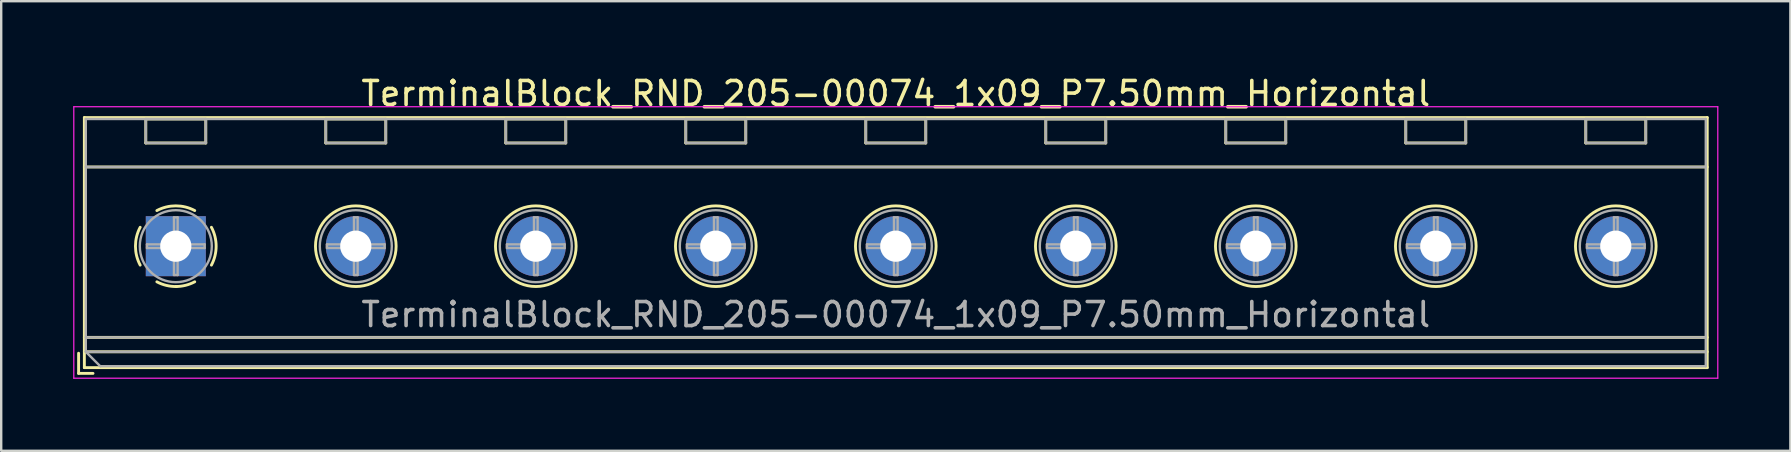
<source format=kicad_pcb>
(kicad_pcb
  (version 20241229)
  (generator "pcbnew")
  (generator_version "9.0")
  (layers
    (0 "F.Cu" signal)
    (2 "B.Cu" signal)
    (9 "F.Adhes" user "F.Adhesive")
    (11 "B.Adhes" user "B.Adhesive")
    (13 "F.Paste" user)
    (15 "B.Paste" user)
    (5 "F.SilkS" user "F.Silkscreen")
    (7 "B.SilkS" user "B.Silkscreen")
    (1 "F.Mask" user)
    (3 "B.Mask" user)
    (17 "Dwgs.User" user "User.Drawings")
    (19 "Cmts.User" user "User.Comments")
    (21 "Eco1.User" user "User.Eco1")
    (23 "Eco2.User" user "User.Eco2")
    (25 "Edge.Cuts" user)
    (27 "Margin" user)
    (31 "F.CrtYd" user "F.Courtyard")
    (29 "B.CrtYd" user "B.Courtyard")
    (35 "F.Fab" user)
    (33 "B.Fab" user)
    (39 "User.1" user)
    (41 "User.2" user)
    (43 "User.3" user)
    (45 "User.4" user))
  (footprint "TerminalBlock_RND_205-00074_1x09_P7.50mm_Horizontal"
    (layer "F.Cu")
    (at 4.275 7.208)
    (property "Reference" "TerminalBlock_RND_205-00074_1x09_P7.50mm_Horizontal" (at 30 -6.36 0) (layer "F.SilkS") (effects (font (size 1 1) (thickness 0.15))))
    (attr through_hole)
    (fp_line (start -4.05 4.46) (end -4.05 5.3) (stroke (width 0.12) (type solid)) (layer "F.SilkS"))
    (fp_line (start -4.05 5.3) (end -3.45 5.3) (stroke (width 0.12) (type solid)) (layer "F.SilkS"))
    (fp_line (start -3.81 -5.36) (end -3.81 5.06) (stroke (width 0.12) (type solid)) (layer "F.SilkS"))
    (fp_line (start -3.81 -5.36) (end 63.81 -5.36) (stroke (width 0.12) (type solid)) (layer "F.SilkS"))
    (fp_line (start -3.81 -3.301) (end 63.81 -3.301) (stroke (width 0.12) (type solid)) (layer "F.SilkS"))
    (fp_line (start -3.81 3.8) (end 63.81 3.8) (stroke (width 0.12) (type solid)) (layer "F.SilkS"))
    (fp_line (start -3.81 4.4) (end 63.81 4.4) (stroke (width 0.12) (type solid)) (layer "F.SilkS"))
    (fp_line (start -3.81 5.06) (end 63.81 5.06) (stroke (width 0.12) (type solid)) (layer "F.SilkS"))
    (fp_line (start -1.25 -5.301) (end -1.25 -4.301) (stroke (width 0.12) (type solid)) (layer "F.SilkS"))
    (fp_line (start -1.25 -5.301) (end 1.25 -5.301) (stroke (width 0.12) (type solid)) (layer "F.SilkS"))
    (fp_line (start -1.25 -4.301) (end 1.25 -4.301) (stroke (width 0.12) (type solid)) (layer "F.SilkS"))
    (fp_line (start 1.25 -5.301) (end 1.25 -4.301) (stroke (width 0.12) (type solid)) (layer "F.SilkS"))
    (fp_line (start 6.25 -5.301) (end 6.25 -4.301) (stroke (width 0.12) (type solid)) (layer "F.SilkS"))
    (fp_line (start 6.25 -5.301) (end 8.75 -5.301) (stroke (width 0.12) (type solid)) (layer "F.SilkS"))
    (fp_line (start 6.25 -4.301) (end 8.75 -4.301) (stroke (width 0.12) (type solid)) (layer "F.SilkS"))
    (fp_line (start 8.75 -5.301) (end 8.75 -4.301) (stroke (width 0.12) (type solid)) (layer "F.SilkS"))
    (fp_line (start 13.75 -5.301) (end 13.75 -4.301) (stroke (width 0.12) (type solid)) (layer "F.SilkS"))
    (fp_line (start 13.75 -5.301) (end 16.25 -5.301) (stroke (width 0.12) (type solid)) (layer "F.SilkS"))
    (fp_line (start 13.75 -4.301) (end 16.25 -4.301) (stroke (width 0.12) (type solid)) (layer "F.SilkS"))
    (fp_line (start 16.25 -5.301) (end 16.25 -4.301) (stroke (width 0.12) (type solid)) (layer "F.SilkS"))
    (fp_line (start 21.25 -5.301) (end 21.25 -4.301) (stroke (width 0.12) (type solid)) (layer "F.SilkS"))
    (fp_line (start 21.25 -5.301) (end 23.75 -5.301) (stroke (width 0.12) (type solid)) (layer "F.SilkS"))
    (fp_line (start 21.25 -4.301) (end 23.75 -4.301) (stroke (width 0.12) (type solid)) (layer "F.SilkS"))
    (fp_line (start 23.75 -5.301) (end 23.75 -4.301) (stroke (width 0.12) (type solid)) (layer "F.SilkS"))
    (fp_line (start 28.75 -5.301) (end 28.75 -4.301) (stroke (width 0.12) (type solid)) (layer "F.SilkS"))
    (fp_line (start 28.75 -5.301) (end 31.25 -5.301) (stroke (width 0.12) (type solid)) (layer "F.SilkS"))
    (fp_line (start 28.75 -4.301) (end 31.25 -4.301) (stroke (width 0.12) (type solid)) (layer "F.SilkS"))
    (fp_line (start 31.25 -5.301) (end 31.25 -4.301) (stroke (width 0.12) (type solid)) (layer "F.SilkS"))
    (fp_line (start 36.25 -5.301) (end 36.25 -4.301) (stroke (width 0.12) (type solid)) (layer "F.SilkS"))
    (fp_line (start 36.25 -5.301) (end 38.75 -5.301) (stroke (width 0.12) (type solid)) (layer "F.SilkS"))
    (fp_line (start 36.25 -4.301) (end 38.75 -4.301) (stroke (width 0.12) (type solid)) (layer "F.SilkS"))
    (fp_line (start 38.75 -5.301) (end 38.75 -4.301) (stroke (width 0.12) (type solid)) (layer "F.SilkS"))
    (fp_line (start 43.75 -5.301) (end 43.75 -4.301) (stroke (width 0.12) (type solid)) (layer "F.SilkS"))
    (fp_line (start 43.75 -5.301) (end 46.25 -5.301) (stroke (width 0.12) (type solid)) (layer "F.SilkS"))
    (fp_line (start 43.75 -4.301) (end 46.25 -4.301) (stroke (width 0.12) (type solid)) (layer "F.SilkS"))
    (fp_line (start 46.25 -5.301) (end 46.25 -4.301) (stroke (width 0.12) (type solid)) (layer "F.SilkS"))
    (fp_line (start 51.25 -5.301) (end 51.25 -4.301) (stroke (width 0.12) (type solid)) (layer "F.SilkS"))
    (fp_line (start 51.25 -5.301) (end 53.75 -5.301) (stroke (width 0.12) (type solid)) (layer "F.SilkS"))
    (fp_line (start 51.25 -4.301) (end 53.75 -4.301) (stroke (width 0.12) (type solid)) (layer "F.SilkS"))
    (fp_line (start 53.75 -5.301) (end 53.75 -4.301) (stroke (width 0.12) (type solid)) (layer "F.SilkS"))
    (fp_line (start 58.75 -5.301) (end 58.75 -4.301) (stroke (width 0.12) (type solid)) (layer "F.SilkS"))
    (fp_line (start 58.75 -5.301) (end 61.25 -5.301) (stroke (width 0.12) (type solid)) (layer "F.SilkS"))
    (fp_line (start 58.75 -4.301) (end 61.25 -4.301) (stroke (width 0.12) (type solid)) (layer "F.SilkS"))
    (fp_line (start 61.25 -5.301) (end 61.25 -4.301) (stroke (width 0.12) (type solid)) (layer "F.SilkS"))
    (fp_line (start 63.81 -5.36) (end 63.81 5.06) (stroke (width 0.12) (type solid)) (layer "F.SilkS"))
    (fp_arc (start -1.483953 0.789089) (mid -1.680708 0.00005) (end -1.484 -0.789) (stroke (width 0.12) (type solid)) (layer "F.SilkS"))
    (fp_arc (start -0.789089 -1.483953) (mid -0.00005 -1.680708) (end 0.789 -1.484) (stroke (width 0.12) (type solid)) (layer "F.SilkS"))
    (fp_arc (start 0.029383 1.68045) (mid -0.392304 1.634281) (end -0.789 1.484) (stroke (width 0.12) (type solid)) (layer "F.SilkS"))
    (fp_arc (start 0.788712 1.483352) (mid 0.406429 1.630097) (end 0 1.68) (stroke (width 0.12) (type solid)) (layer "F.SilkS"))
    (fp_arc (start 1.483953 -0.789089) (mid 1.680708 -0.00005) (end 1.484 0.789) (stroke (width 0.12) (type solid)) (layer "F.SilkS"))
    (fp_circle (center 7.5 0) (end 9.18 0) (stroke (width 0.12) (type solid)) (fill no) (layer "F.SilkS"))
    (fp_circle (center 15 0) (end 16.68 0) (stroke (width 0.12) (type solid)) (fill no) (layer "F.SilkS"))
    (fp_circle (center 22.5 0) (end 24.18 0) (stroke (width 0.12) (type solid)) (fill no) (layer "F.SilkS"))
    (fp_circle (center 30 0) (end 31.68 0) (stroke (width 0.12) (type solid)) (fill no) (layer "F.SilkS"))
    (fp_circle (center 37.5 0) (end 39.18 0) (stroke (width 0.12) (type solid)) (fill no) (layer "F.SilkS"))
    (fp_circle (center 45 0) (end 46.68 0) (stroke (width 0.12) (type solid)) (fill no) (layer "F.SilkS"))
    (fp_circle (center 52.5 0) (end 54.18 0) (stroke (width 0.12) (type solid)) (fill no) (layer "F.SilkS"))
    (fp_circle (center 60 0) (end 61.68 0) (stroke (width 0.12) (type solid)) (fill no) (layer "F.SilkS"))
    (fp_line (start -4.25 -5.81) (end -4.25 5.5) (stroke (width 0.05) (type solid)) (layer "F.CrtYd"))
    (fp_line (start -4.25 5.5) (end 64.25 5.5) (stroke (width 0.05) (type solid)) (layer "F.CrtYd"))
    (fp_line (start 64.25 -5.81) (end -4.25 -5.81) (stroke (width 0.05) (type solid)) (layer "F.CrtYd"))
    (fp_line (start 64.25 5.5) (end 64.25 -5.81) (stroke (width 0.05) (type solid)) (layer "F.CrtYd"))
    (fp_line (start -3.75 -5.3) (end 63.75 -5.3) (stroke (width 0.1) (type solid)) (layer "F.Fab"))
    (fp_line (start -3.75 -3.3) (end 63.75 -3.3) (stroke (width 0.1) (type solid)) (layer "F.Fab"))
    (fp_line (start -3.75 3.8) (end 63.75 3.8) (stroke (width 0.1) (type solid)) (layer "F.Fab"))
    (fp_line (start -3.75 4.4) (end -3.75 -5.3) (stroke (width 0.1) (type solid)) (layer "F.Fab"))
    (fp_line (start -3.75 4.4) (end 63.75 4.4) (stroke (width 0.1) (type solid)) (layer "F.Fab"))
    (fp_line (start -3.15 5) (end -3.75 4.4) (stroke (width 0.1) (type solid)) (layer "F.Fab"))
    (fp_line (start -1.25 -5.3) (end -1.25 -4.3) (stroke (width 0.1) (type solid)) (layer "F.Fab"))
    (fp_line (start -1.25 -4.3) (end 1.25 -4.3) (stroke (width 0.1) (type solid)) (layer "F.Fab"))
    (fp_line (start -1.201 -0.076) (end -0.076 -0.076) (stroke (width 0.1) (type solid)) (layer "F.Fab"))
    (fp_line (start -1.201 0.076) (end -1.201 -0.076) (stroke (width 0.1) (type solid)) (layer "F.Fab"))
    (fp_line (start -0.076 -1.201) (end 0.076 -1.201) (stroke (width 0.1) (type solid)) (layer "F.Fab"))
    (fp_line (start -0.076 -0.076) (end -0.076 -1.201) (stroke (width 0.1) (type solid)) (layer "F.Fab"))
    (fp_line (start -0.076 0.076) (end -1.201 0.076) (stroke (width 0.1) (type solid)) (layer "F.Fab"))
    (fp_line (start -0.076 1.201) (end -0.076 0.076) (stroke (width 0.1) (type solid)) (layer "F.Fab"))
    (fp_line (start 0.076 -1.201) (end 0.076 -0.076) (stroke (width 0.1) (type solid)) (layer "F.Fab"))
    (fp_line (start 0.076 -0.076) (end 1.201 -0.076) (stroke (width 0.1) (type solid)) (layer "F.Fab"))
    (fp_line (start 0.076 0.076) (end 0.076 1.201) (stroke (width 0.1) (type solid)) (layer "F.Fab"))
    (fp_line (start 0.076 1.201) (end -0.076 1.201) (stroke (width 0.1) (type solid)) (layer "F.Fab"))
    (fp_line (start 1.201 -0.076) (end 1.201 0.076) (stroke (width 0.1) (type solid)) (layer "F.Fab"))
    (fp_line (start 1.201 0.076) (end 0.076 0.076) (stroke (width 0.1) (type solid)) (layer "F.Fab"))
    (fp_line (start 1.25 -5.3) (end -1.25 -5.3) (stroke (width 0.1) (type solid)) (layer "F.Fab"))
    (fp_line (start 1.25 -4.3) (end 1.25 -5.3) (stroke (width 0.1) (type solid)) (layer "F.Fab"))
    (fp_line (start 6.25 -5.3) (end 6.25 -4.3) (stroke (width 0.1) (type solid)) (layer "F.Fab"))
    (fp_line (start 6.25 -4.3) (end 8.75 -4.3) (stroke (width 0.1) (type solid)) (layer "F.Fab"))
    (fp_line (start 6.299 -0.076) (end 7.424 -0.076) (stroke (width 0.1) (type solid)) (layer "F.Fab"))
    (fp_line (start 6.299 0.076) (end 6.299 -0.076) (stroke (width 0.1) (type solid)) (layer "F.Fab"))
    (fp_line (start 7.424 -1.201) (end 7.576 -1.201) (stroke (width 0.1) (type solid)) (layer "F.Fab"))
    (fp_line (start 7.424 -0.076) (end 7.424 -1.201) (stroke (width 0.1) (type solid)) (layer "F.Fab"))
    (fp_line (start 7.424 0.076) (end 6.299 0.076) (stroke (width 0.1) (type solid)) (layer "F.Fab"))
    (fp_line (start 7.424 1.201) (end 7.424 0.076) (stroke (width 0.1) (type solid)) (layer "F.Fab"))
    (fp_line (start 7.576 -1.201) (end 7.576 -0.076) (stroke (width 0.1) (type solid)) (layer "F.Fab"))
    (fp_line (start 7.576 -0.076) (end 8.701 -0.076) (stroke (width 0.1) (type solid)) (layer "F.Fab"))
    (fp_line (start 7.576 0.076) (end 7.576 1.201) (stroke (width 0.1) (type solid)) (layer "F.Fab"))
    (fp_line (start 7.576 1.201) (end 7.424 1.201) (stroke (width 0.1) (type solid)) (layer "F.Fab"))
    (fp_line (start 8.701 -0.076) (end 8.701 0.076) (stroke (width 0.1) (type solid)) (layer "F.Fab"))
    (fp_line (start 8.701 0.076) (end 7.576 0.076) (stroke (width 0.1) (type solid)) (layer "F.Fab"))
    (fp_line (start 8.75 -5.3) (end 6.25 -5.3) (stroke (width 0.1) (type solid)) (layer "F.Fab"))
    (fp_line (start 8.75 -4.3) (end 8.75 -5.3) (stroke (width 0.1) (type solid)) (layer "F.Fab"))
    (fp_line (start 13.75 -5.3) (end 13.75 -4.3) (stroke (width 0.1) (type solid)) (layer "F.Fab"))
    (fp_line (start 13.75 -4.3) (end 16.25 -4.3) (stroke (width 0.1) (type solid)) (layer "F.Fab"))
    (fp_line (start 13.799 -0.076) (end 14.924 -0.076) (stroke (width 0.1) (type solid)) (layer "F.Fab"))
    (fp_line (start 13.799 0.076) (end 13.799 -0.076) (stroke (width 0.1) (type solid)) (layer "F.Fab"))
    (fp_line (start 14.924 -1.201) (end 15.076 -1.201) (stroke (width 0.1) (type solid)) (layer "F.Fab"))
    (fp_line (start 14.924 -0.076) (end 14.924 -1.201) (stroke (width 0.1) (type solid)) (layer "F.Fab"))
    (fp_line (start 14.924 0.076) (end 13.799 0.076) (stroke (width 0.1) (type solid)) (layer "F.Fab"))
    (fp_line (start 14.924 1.201) (end 14.924 0.076) (stroke (width 0.1) (type solid)) (layer "F.Fab"))
    (fp_line (start 15.076 -1.201) (end 15.076 -0.076) (stroke (width 0.1) (type solid)) (layer "F.Fab"))
    (fp_line (start 15.076 -0.076) (end 16.201 -0.076) (stroke (width 0.1) (type solid)) (layer "F.Fab"))
    (fp_line (start 15.076 0.076) (end 15.076 1.201) (stroke (width 0.1) (type solid)) (layer "F.Fab"))
    (fp_line (start 15.076 1.201) (end 14.924 1.201) (stroke (width 0.1) (type solid)) (layer "F.Fab"))
    (fp_line (start 16.201 -0.076) (end 16.201 0.076) (stroke (width 0.1) (type solid)) (layer "F.Fab"))
    (fp_line (start 16.201 0.076) (end 15.076 0.076) (stroke (width 0.1) (type solid)) (layer "F.Fab"))
    (fp_line (start 16.25 -5.3) (end 13.75 -5.3) (stroke (width 0.1) (type solid)) (layer "F.Fab"))
    (fp_line (start 16.25 -4.3) (end 16.25 -5.3) (stroke (width 0.1) (type solid)) (layer "F.Fab"))
    (fp_line (start 21.25 -5.3) (end 21.25 -4.3) (stroke (width 0.1) (type solid)) (layer "F.Fab"))
    (fp_line (start 21.25 -4.3) (end 23.75 -4.3) (stroke (width 0.1) (type solid)) (layer "F.Fab"))
    (fp_line (start 21.299 -0.076) (end 22.424 -0.076) (stroke (width 0.1) (type solid)) (layer "F.Fab"))
    (fp_line (start 21.299 0.076) (end 21.299 -0.076) (stroke (width 0.1) (type solid)) (layer "F.Fab"))
    (fp_line (start 22.424 -1.201) (end 22.576 -1.201) (stroke (width 0.1) (type solid)) (layer "F.Fab"))
    (fp_line (start 22.424 -0.076) (end 22.424 -1.201) (stroke (width 0.1) (type solid)) (layer "F.Fab"))
    (fp_line (start 22.424 0.076) (end 21.299 0.076) (stroke (width 0.1) (type solid)) (layer "F.Fab"))
    (fp_line (start 22.424 1.201) (end 22.424 0.076) (stroke (width 0.1) (type solid)) (layer "F.Fab"))
    (fp_line (start 22.576 -1.201) (end 22.576 -0.076) (stroke (width 0.1) (type solid)) (layer "F.Fab"))
    (fp_line (start 22.576 -0.076) (end 23.701 -0.076) (stroke (width 0.1) (type solid)) (layer "F.Fab"))
    (fp_line (start 22.576 0.076) (end 22.576 1.201) (stroke (width 0.1) (type solid)) (layer "F.Fab"))
    (fp_line (start 22.576 1.201) (end 22.424 1.201) (stroke (width 0.1) (type solid)) (layer "F.Fab"))
    (fp_line (start 23.701 -0.076) (end 23.701 0.076) (stroke (width 0.1) (type solid)) (layer "F.Fab"))
    (fp_line (start 23.701 0.076) (end 22.576 0.076) (stroke (width 0.1) (type solid)) (layer "F.Fab"))
    (fp_line (start 23.75 -5.3) (end 21.25 -5.3) (stroke (width 0.1) (type solid)) (layer "F.Fab"))
    (fp_line (start 23.75 -4.3) (end 23.75 -5.3) (stroke (width 0.1) (type solid)) (layer "F.Fab"))
    (fp_line (start 28.75 -5.3) (end 28.75 -4.3) (stroke (width 0.1) (type solid)) (layer "F.Fab"))
    (fp_line (start 28.75 -4.3) (end 31.25 -4.3) (stroke (width 0.1) (type solid)) (layer "F.Fab"))
    (fp_line (start 28.799 -0.076) (end 29.924 -0.076) (stroke (width 0.1) (type solid)) (layer "F.Fab"))
    (fp_line (start 28.799 0.076) (end 28.799 -0.076) (stroke (width 0.1) (type solid)) (layer "F.Fab"))
    (fp_line (start 29.924 -1.201) (end 30.076 -1.201) (stroke (width 0.1) (type solid)) (layer "F.Fab"))
    (fp_line (start 29.924 -0.076) (end 29.924 -1.201) (stroke (width 0.1) (type solid)) (layer "F.Fab"))
    (fp_line (start 29.924 0.076) (end 28.799 0.076) (stroke (width 0.1) (type solid)) (layer "F.Fab"))
    (fp_line (start 29.924 1.201) (end 29.924 0.076) (stroke (width 0.1) (type solid)) (layer "F.Fab"))
    (fp_line (start 30.076 -1.201) (end 30.076 -0.076) (stroke (width 0.1) (type solid)) (layer "F.Fab"))
    (fp_line (start 30.076 -0.076) (end 31.201 -0.076) (stroke (width 0.1) (type solid)) (layer "F.Fab"))
    (fp_line (start 30.076 0.076) (end 30.076 1.201) (stroke (width 0.1) (type solid)) (layer "F.Fab"))
    (fp_line (start 30.076 1.201) (end 29.924 1.201) (stroke (width 0.1) (type solid)) (layer "F.Fab"))
    (fp_line (start 31.201 -0.076) (end 31.201 0.076) (stroke (width 0.1) (type solid)) (layer "F.Fab"))
    (fp_line (start 31.201 0.076) (end 30.076 0.076) (stroke (width 0.1) (type solid)) (layer "F.Fab"))
    (fp_line (start 31.25 -5.3) (end 28.75 -5.3) (stroke (width 0.1) (type solid)) (layer "F.Fab"))
    (fp_line (start 31.25 -4.3) (end 31.25 -5.3) (stroke (width 0.1) (type solid)) (layer "F.Fab"))
    (fp_line (start 36.25 -5.3) (end 36.25 -4.3) (stroke (width 0.1) (type solid)) (layer "F.Fab"))
    (fp_line (start 36.25 -4.3) (end 38.75 -4.3) (stroke (width 0.1) (type solid)) (layer "F.Fab"))
    (fp_line (start 36.299 -0.076) (end 37.424 -0.076) (stroke (width 0.1) (type solid)) (layer "F.Fab"))
    (fp_line (start 36.299 0.076) (end 36.299 -0.076) (stroke (width 0.1) (type solid)) (layer "F.Fab"))
    (fp_line (start 37.424 -1.201) (end 37.576 -1.201) (stroke (width 0.1) (type solid)) (layer "F.Fab"))
    (fp_line (start 37.424 -0.076) (end 37.424 -1.201) (stroke (width 0.1) (type solid)) (layer "F.Fab"))
    (fp_line (start 37.424 0.076) (end 36.299 0.076) (stroke (width 0.1) (type solid)) (layer "F.Fab"))
    (fp_line (start 37.424 1.201) (end 37.424 0.076) (stroke (width 0.1) (type solid)) (layer "F.Fab"))
    (fp_line (start 37.576 -1.201) (end 37.576 -0.076) (stroke (width 0.1) (type solid)) (layer "F.Fab"))
    (fp_line (start 37.576 -0.076) (end 38.701 -0.076) (stroke (width 0.1) (type solid)) (layer "F.Fab"))
    (fp_line (start 37.576 0.076) (end 37.576 1.201) (stroke (width 0.1) (type solid)) (layer "F.Fab"))
    (fp_line (start 37.576 1.201) (end 37.424 1.201) (stroke (width 0.1) (type solid)) (layer "F.Fab"))
    (fp_line (start 38.701 -0.076) (end 38.701 0.076) (stroke (width 0.1) (type solid)) (layer "F.Fab"))
    (fp_line (start 38.701 0.076) (end 37.576 0.076) (stroke (width 0.1) (type solid)) (layer "F.Fab"))
    (fp_line (start 38.75 -5.3) (end 36.25 -5.3) (stroke (width 0.1) (type solid)) (layer "F.Fab"))
    (fp_line (start 38.75 -4.3) (end 38.75 -5.3) (stroke (width 0.1) (type solid)) (layer "F.Fab"))
    (fp_line (start 43.75 -5.3) (end 43.75 -4.3) (stroke (width 0.1) (type solid)) (layer "F.Fab"))
    (fp_line (start 43.75 -4.3) (end 46.25 -4.3) (stroke (width 0.1) (type solid)) (layer "F.Fab"))
    (fp_line (start 43.799 -0.076) (end 44.924 -0.076) (stroke (width 0.1) (type solid)) (layer "F.Fab"))
    (fp_line (start 43.799 0.076) (end 43.799 -0.076) (stroke (width 0.1) (type solid)) (layer "F.Fab"))
    (fp_line (start 44.924 -1.201) (end 45.076 -1.201) (stroke (width 0.1) (type solid)) (layer "F.Fab"))
    (fp_line (start 44.924 -0.076) (end 44.924 -1.201) (stroke (width 0.1) (type solid)) (layer "F.Fab"))
    (fp_line (start 44.924 0.076) (end 43.799 0.076) (stroke (width 0.1) (type solid)) (layer "F.Fab"))
    (fp_line (start 44.924 1.201) (end 44.924 0.076) (stroke (width 0.1) (type solid)) (layer "F.Fab"))
    (fp_line (start 45.076 -1.201) (end 45.076 -0.076) (stroke (width 0.1) (type solid)) (layer "F.Fab"))
    (fp_line (start 45.076 -0.076) (end 46.201 -0.076) (stroke (width 0.1) (type solid)) (layer "F.Fab"))
    (fp_line (start 45.076 0.076) (end 45.076 1.201) (stroke (width 0.1) (type solid)) (layer "F.Fab"))
    (fp_line (start 45.076 1.201) (end 44.924 1.201) (stroke (width 0.1) (type solid)) (layer "F.Fab"))
    (fp_line (start 46.201 -0.076) (end 46.201 0.076) (stroke (width 0.1) (type solid)) (layer "F.Fab"))
    (fp_line (start 46.201 0.076) (end 45.076 0.076) (stroke (width 0.1) (type solid)) (layer "F.Fab"))
    (fp_line (start 46.25 -5.3) (end 43.75 -5.3) (stroke (width 0.1) (type solid)) (layer "F.Fab"))
    (fp_line (start 46.25 -4.3) (end 46.25 -5.3) (stroke (width 0.1) (type solid)) (layer "F.Fab"))
    (fp_line (start 51.25 -5.3) (end 51.25 -4.3) (stroke (width 0.1) (type solid)) (layer "F.Fab"))
    (fp_line (start 51.25 -4.3) (end 53.75 -4.3) (stroke (width 0.1) (type solid)) (layer "F.Fab"))
    (fp_line (start 51.299 -0.076) (end 52.424 -0.076) (stroke (width 0.1) (type solid)) (layer "F.Fab"))
    (fp_line (start 51.299 0.076) (end 51.299 -0.076) (stroke (width 0.1) (type solid)) (layer "F.Fab"))
    (fp_line (start 52.424 -1.201) (end 52.576 -1.201) (stroke (width 0.1) (type solid)) (layer "F.Fab"))
    (fp_line (start 52.424 -0.076) (end 52.424 -1.201) (stroke (width 0.1) (type solid)) (layer "F.Fab"))
    (fp_line (start 52.424 0.076) (end 51.299 0.076) (stroke (width 0.1) (type solid)) (layer "F.Fab"))
    (fp_line (start 52.424 1.201) (end 52.424 0.076) (stroke (width 0.1) (type solid)) (layer "F.Fab"))
    (fp_line (start 52.576 -1.201) (end 52.576 -0.076) (stroke (width 0.1) (type solid)) (layer "F.Fab"))
    (fp_line (start 52.576 -0.076) (end 53.701 -0.076) (stroke (width 0.1) (type solid)) (layer "F.Fab"))
    (fp_line (start 52.576 0.076) (end 52.576 1.201) (stroke (width 0.1) (type solid)) (layer "F.Fab"))
    (fp_line (start 52.576 1.201) (end 52.424 1.201) (stroke (width 0.1) (type solid)) (layer "F.Fab"))
    (fp_line (start 53.701 -0.076) (end 53.701 0.076) (stroke (width 0.1) (type solid)) (layer "F.Fab"))
    (fp_line (start 53.701 0.076) (end 52.576 0.076) (stroke (width 0.1) (type solid)) (layer "F.Fab"))
    (fp_line (start 53.75 -5.3) (end 51.25 -5.3) (stroke (width 0.1) (type solid)) (layer "F.Fab"))
    (fp_line (start 53.75 -4.3) (end 53.75 -5.3) (stroke (width 0.1) (type solid)) (layer "F.Fab"))
    (fp_line (start 58.75 -5.3) (end 58.75 -4.3) (stroke (width 0.1) (type solid)) (layer "F.Fab"))
    (fp_line (start 58.75 -4.3) (end 61.25 -4.3) (stroke (width 0.1) (type solid)) (layer "F.Fab"))
    (fp_line (start 58.799 -0.076) (end 59.924 -0.076) (stroke (width 0.1) (type solid)) (layer "F.Fab"))
    (fp_line (start 58.799 0.076) (end 58.799 -0.076) (stroke (width 0.1) (type solid)) (layer "F.Fab"))
    (fp_line (start 59.924 -1.201) (end 60.076 -1.201) (stroke (width 0.1) (type solid)) (layer "F.Fab"))
    (fp_line (start 59.924 -0.076) (end 59.924 -1.201) (stroke (width 0.1) (type solid)) (layer "F.Fab"))
    (fp_line (start 59.924 0.076) (end 58.799 0.076) (stroke (width 0.1) (type solid)) (layer "F.Fab"))
    (fp_line (start 59.924 1.201) (end 59.924 0.076) (stroke (width 0.1) (type solid)) (layer "F.Fab"))
    (fp_line (start 60.076 -1.201) (end 60.076 -0.076) (stroke (width 0.1) (type solid)) (layer "F.Fab"))
    (fp_line (start 60.076 -0.076) (end 61.201 -0.076) (stroke (width 0.1) (type solid)) (layer "F.Fab"))
    (fp_line (start 60.076 0.076) (end 60.076 1.201) (stroke (width 0.1) (type solid)) (layer "F.Fab"))
    (fp_line (start 60.076 1.201) (end 59.924 1.201) (stroke (width 0.1) (type solid)) (layer "F.Fab"))
    (fp_line (start 61.201 -0.076) (end 61.201 0.076) (stroke (width 0.1) (type solid)) (layer "F.Fab"))
    (fp_line (start 61.201 0.076) (end 60.076 0.076) (stroke (width 0.1) (type solid)) (layer "F.Fab"))
    (fp_line (start 61.25 -5.3) (end 58.75 -5.3) (stroke (width 0.1) (type solid)) (layer "F.Fab"))
    (fp_line (start 61.25 -4.3) (end 61.25 -5.3) (stroke (width 0.1) (type solid)) (layer "F.Fab"))
    (fp_line (start 63.75 -5.3) (end 63.75 5) (stroke (width 0.1) (type solid)) (layer "F.Fab"))
    (fp_line (start 63.75 5) (end -3.15 5) (stroke (width 0.1) (type solid)) (layer "F.Fab"))
    (fp_circle (center 0 0) (end 1.5 0) (stroke (width 0.1) (type solid)) (fill no) (layer "F.Fab"))
    (fp_circle (center 7.5 0) (end 9 0) (stroke (width 0.1) (type solid)) (fill no) (layer "F.Fab"))
    (fp_circle (center 15 0) (end 16.5 0) (stroke (width 0.1) (type solid)) (fill no) (layer "F.Fab"))
    (fp_circle (center 22.5 0) (end 24 0) (stroke (width 0.1) (type solid)) (fill no) (layer "F.Fab"))
    (fp_circle (center 30 0) (end 31.5 0) (stroke (width 0.1) (type solid)) (fill no) (layer "F.Fab"))
    (fp_circle (center 37.5 0) (end 39 0) (stroke (width 0.1) (type solid)) (fill no) (layer "F.Fab"))
    (fp_circle (center 45 0) (end 46.5 0) (stroke (width 0.1) (type solid)) (fill no) (layer "F.Fab"))
    (fp_circle (center 52.5 0) (end 54 0) (stroke (width 0.1) (type solid)) (fill no) (layer "F.Fab"))
    (fp_circle (center 60 0) (end 61.5 0) (stroke (width 0.1) (type solid)) (fill no) (layer "F.Fab"))
    (fp_text user "${REFERENCE}" (at 30 2.85 0) (layer "F.Fab") (effects (font (size 1 1) (thickness 0.15))))
    (pad "1" thru_hole rect (at 0 0) (size 2.5 2.5) (drill 1.3) (layers "*.Cu" "*.Mask"))
    (pad "2" thru_hole circle (at 7.5 0) (size 2.5 2.5) (drill 1.3) (layers "*.Cu" "*.Mask"))
    (pad "3" thru_hole circle (at 15 0) (size 2.5 2.5) (drill 1.3) (layers "*.Cu" "*.Mask"))
    (pad "4" thru_hole circle (at 22.5 0) (size 2.5 2.5) (drill 1.3) (layers "*.Cu" "*.Mask"))
    (pad "5" thru_hole circle (at 30 0) (size 2.5 2.5) (drill 1.3) (layers "*.Cu" "*.Mask"))
    (pad "6" thru_hole circle (at 37.5 0) (size 2.5 2.5) (drill 1.3) (layers "*.Cu" "*.Mask"))
    (pad "7" thru_hole circle (at 45 0) (size 2.5 2.5) (drill 1.3) (layers "*.Cu" "*.Mask"))
    (pad "8" thru_hole circle (at 52.5 0) (size 2.5 2.5) (drill 1.3) (layers "*.Cu" "*.Mask"))
    (pad "9" thru_hole circle (at 60 0) (size 2.5 2.5) (drill 1.3) (layers "*.Cu" "*.Mask")))
  (gr_rect
    (start -3 -3)
    (end 71.55 15.733)
    (stroke (width 0.1) (type default))
    (fill no)
    (layer "Edge.Cuts")))
</source>
